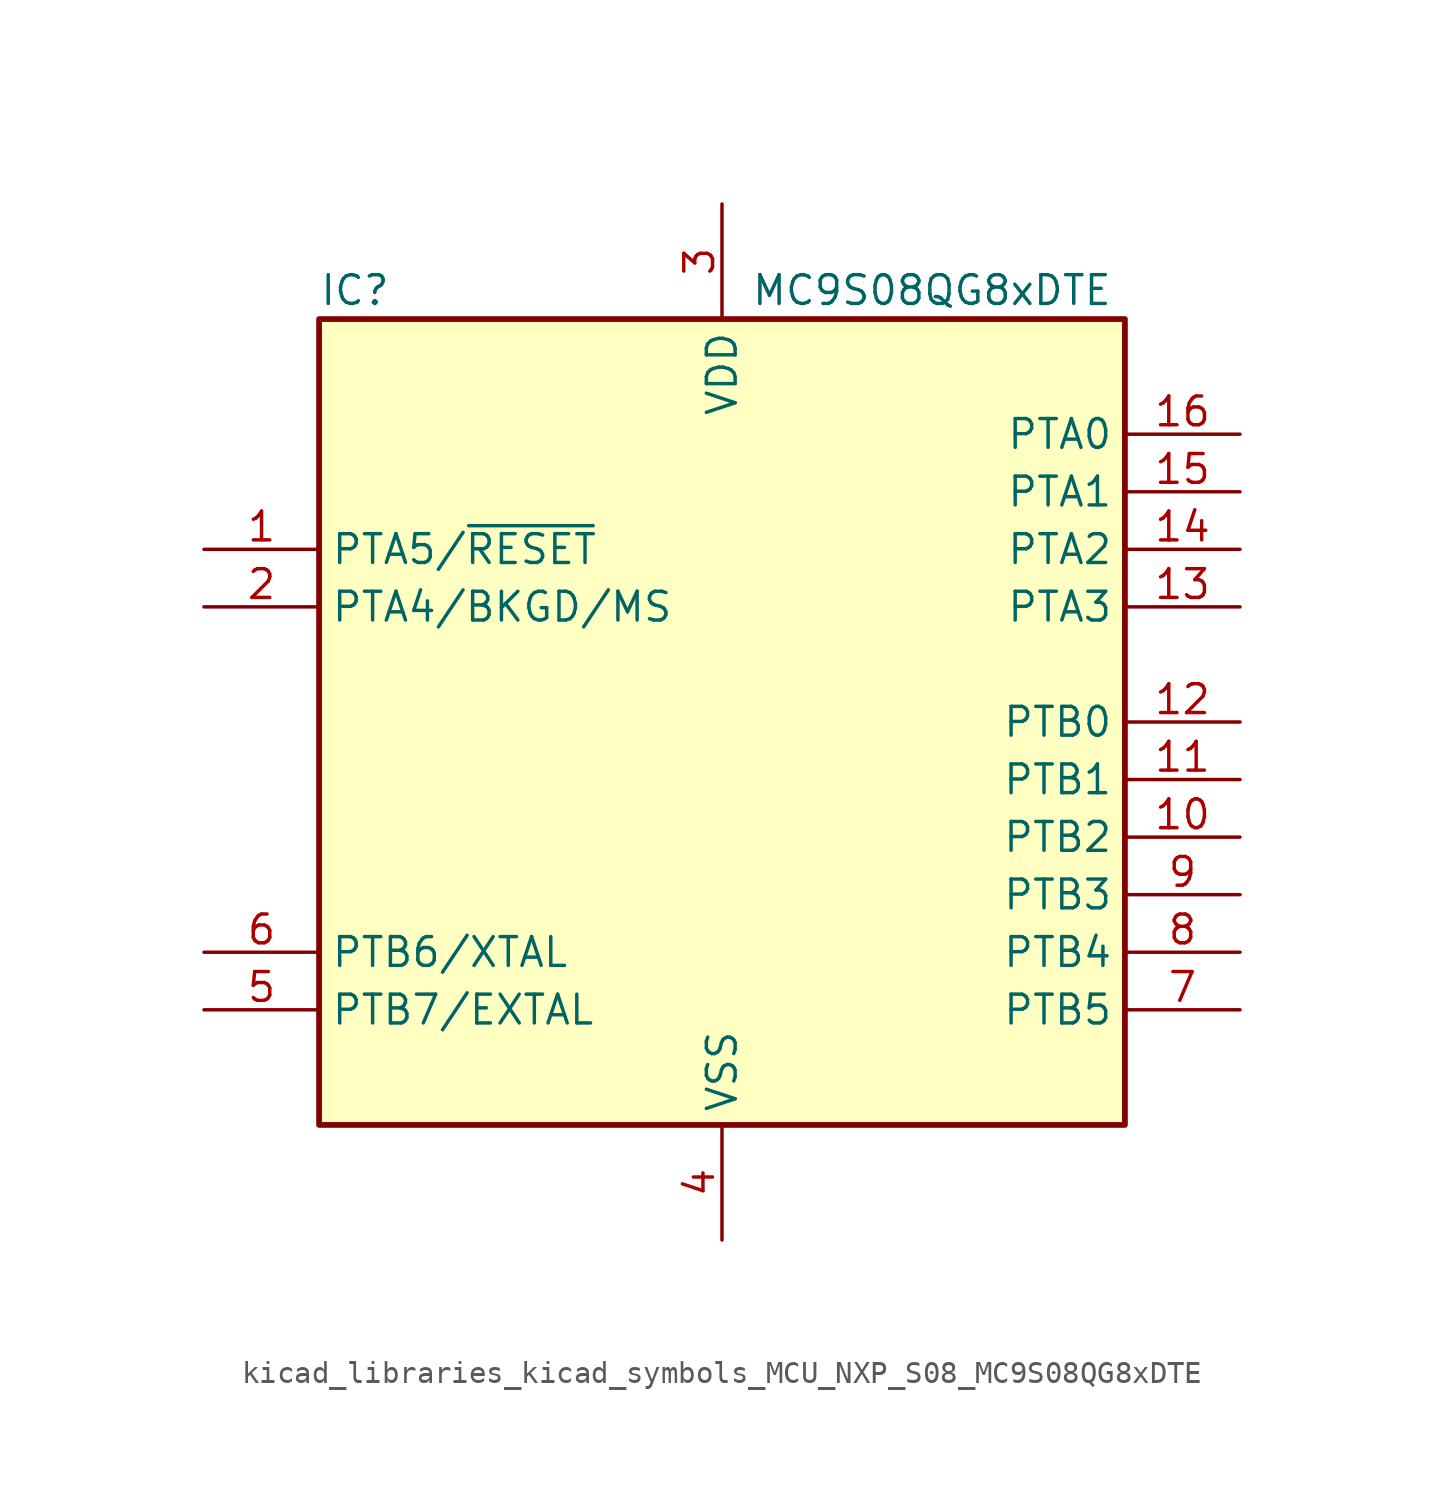
<source format=kicad_sym>
(kicad_symbol_lib
  (version 20220914)
  (generator kicad_symbol_editor)
  (symbol "kicad_libraries_kicad_symbols_MCU_NXP_S08_MC9S08QG8xDTE"
    (property "Reference" "IC"
      (at -17.78 19.05 0)
      (effects (font (size 1.27 1.27)) (justify left)))
    (property "Value" "MC9S08QG8xDTE"
      (at 1.27 19.05 0)
      (effects (font (size 1.27 1.27)) (justify left)))
    (symbol "kicad_libraries_kicad_symbols_MCU_NXP_S08_MC9S08QG8xDTE_0_1"
      (rectangle (start -17.78 17.78) (end 17.78 -17.78) (stroke (width 0.254) (type default)) (fill (type background))))
    (symbol "kicad_libraries_kicad_symbols_MCU_NXP_S08_MC9S08QG8xDTE_1_1"
      (pin bidirectional line (at -22.86 7.62 0) (length 5.08) (name "PTA5/~{RESET}" (effects (font (size 1.27 1.27)))) (number "1" (effects (font (size 1.27 1.27)))))
      (pin bidirectional line (at 22.86 -5.08 180) (length 5.08) (name "PTB2" (effects (font (size 1.27 1.27)))) (number "10" (effects (font (size 1.27 1.27)))))
      (pin bidirectional line (at 22.86 -2.54 180) (length 5.08) (name "PTB1" (effects (font (size 1.27 1.27)))) (number "11" (effects (font (size 1.27 1.27)))))
      (pin bidirectional line (at 22.86 0 180) (length 5.08) (name "PTB0" (effects (font (size 1.27 1.27)))) (number "12" (effects (font (size 1.27 1.27)))))
      (pin bidirectional line (at 22.86 5.08 180) (length 5.08) (name "PTA3" (effects (font (size 1.27 1.27)))) (number "13" (effects (font (size 1.27 1.27)))))
      (pin bidirectional line (at 22.86 7.62 180) (length 5.08) (name "PTA2" (effects (font (size 1.27 1.27)))) (number "14" (effects (font (size 1.27 1.27)))))
      (pin bidirectional line (at 22.86 10.16 180) (length 5.08) (name "PTA1" (effects (font (size 1.27 1.27)))) (number "15" (effects (font (size 1.27 1.27)))))
      (pin bidirectional line (at 22.86 12.7 180) (length 5.08) (name "PTA0" (effects (font (size 1.27 1.27)))) (number "16" (effects (font (size 1.27 1.27)))))
      (pin bidirectional line (at -22.86 5.08 0) (length 5.08) (name "PTA4/BKGD/MS" (effects (font (size 1.27 1.27)))) (number "2" (effects (font (size 1.27 1.27)))))
      (pin power_in line (at 0 22.86 270) (length 5.08) (name "VDD" (effects (font (size 1.27 1.27)))) (number "3" (effects (font (size 1.27 1.27)))))
      (pin power_in line (at 0 -22.86 90) (length 5.08) (name "VSS" (effects (font (size 1.27 1.27)))) (number "4" (effects (font (size 1.27 1.27)))))
      (pin bidirectional line (at -22.86 -12.7 0) (length 5.08) (name "PTB7/EXTAL" (effects (font (size 1.27 1.27)))) (number "5" (effects (font (size 1.27 1.27)))))
      (pin bidirectional line (at -22.86 -10.16 0) (length 5.08) (name "PTB6/XTAL" (effects (font (size 1.27 1.27)))) (number "6" (effects (font (size 1.27 1.27)))))
      (pin bidirectional line (at 22.86 -12.7 180) (length 5.08) (name "PTB5" (effects (font (size 1.27 1.27)))) (number "7" (effects (font (size 1.27 1.27)))))
      (pin bidirectional line (at 22.86 -10.16 180) (length 5.08) (name "PTB4" (effects (font (size 1.27 1.27)))) (number "8" (effects (font (size 1.27 1.27)))))
      (pin bidirectional line (at 22.86 -7.62 180) (length 5.08) (name "PTB3" (effects (font (size 1.27 1.27)))) (number "9" (effects (font (size 1.27 1.27))))))))
</source>
